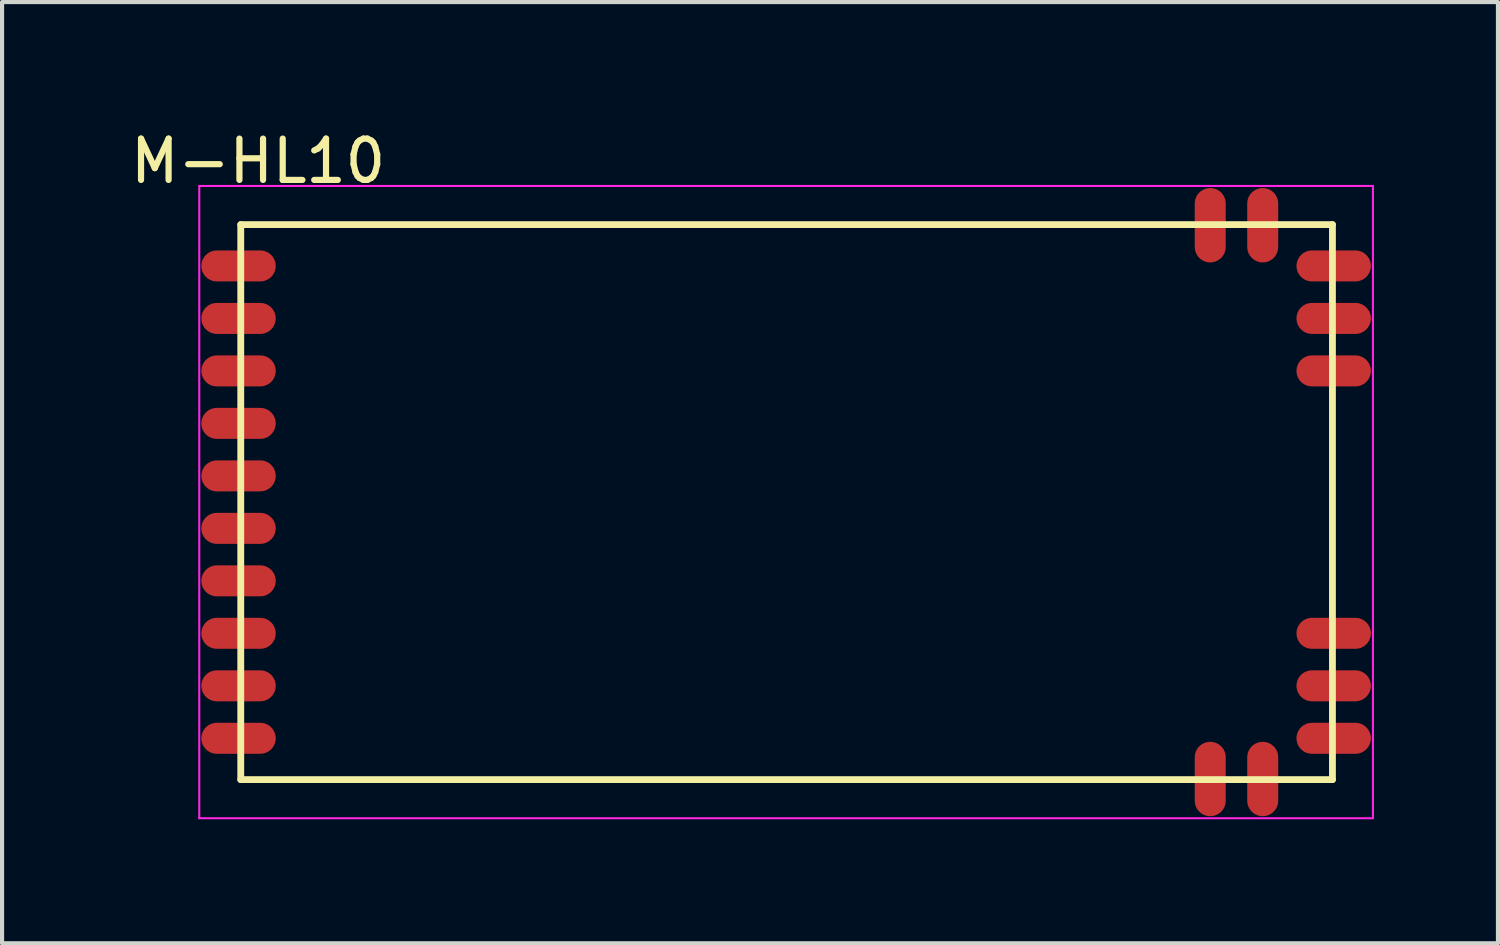
<source format=kicad_pcb>
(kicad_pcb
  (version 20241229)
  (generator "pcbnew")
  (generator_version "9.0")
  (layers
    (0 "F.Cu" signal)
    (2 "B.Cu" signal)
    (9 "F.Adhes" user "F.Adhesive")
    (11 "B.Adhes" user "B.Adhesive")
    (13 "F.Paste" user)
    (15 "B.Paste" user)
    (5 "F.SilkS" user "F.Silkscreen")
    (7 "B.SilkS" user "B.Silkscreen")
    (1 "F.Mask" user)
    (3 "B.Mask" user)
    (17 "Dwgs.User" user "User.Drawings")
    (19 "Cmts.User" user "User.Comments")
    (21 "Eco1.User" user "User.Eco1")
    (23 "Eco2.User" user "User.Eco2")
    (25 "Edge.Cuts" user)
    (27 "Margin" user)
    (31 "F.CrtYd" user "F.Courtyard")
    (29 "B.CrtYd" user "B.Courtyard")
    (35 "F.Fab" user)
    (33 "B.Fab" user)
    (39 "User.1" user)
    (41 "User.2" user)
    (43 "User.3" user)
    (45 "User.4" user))
  (footprint "M-HL10"
    (layer "F.Cu")
    (at 2.722 3.385)
    (property "Reference" "M-HL10" (at 0.474 -2.536 0) (layer "F.SilkS") (effects (font (size 1 1) (thickness 0.15))))
    (attr through_hole)
    (fp_line (start 0.054 -1) (end 26.47 -1) (stroke (width 0.165) (type solid)) (layer "F.SilkS"))
    (fp_line (start 0.054 12.43) (end 0.054 -1) (stroke (width 0.165) (type solid)) (layer "F.SilkS"))
    (fp_line (start 0.054 12.43) (end 26.47 12.43) (stroke (width 0.165) (type solid)) (layer "F.SilkS"))
    (fp_line (start 26.47 12.43) (end 26.47 -1) (stroke (width 0.165) (type solid)) (layer "F.SilkS"))
    (fp_line (start -0.95 -1.935) (end 27.45 -1.935) (stroke (width 0.05) (type solid)) (layer "F.CrtYd"))
    (fp_line (start -0.95 13.365) (end -0.95 -1.935) (stroke (width 0.05) (type solid)) (layer "F.CrtYd"))
    (fp_line (start 27.45 -1.935) (end 27.45 13.365) (stroke (width 0.05) (type solid)) (layer "F.CrtYd"))
    (fp_line (start 27.45 13.365) (end -0.95 13.365) (stroke (width 0.05) (type solid)) (layer "F.CrtYd"))
    (pad "1" smd oval (at 0 0 180) (size 1.8 0.75) (layers "F.Cu" "F.Mask" "F.Paste"))
    (pad "2" smd oval (at 0 1.27 180) (size 1.8 0.75) (layers "F.Cu" "F.Mask" "F.Paste"))
    (pad "3" smd oval (at 0 2.54 180) (size 1.8 0.75) (layers "F.Cu" "F.Mask" "F.Paste"))
    (pad "4" smd oval (at 0 3.81 180) (size 1.8 0.75) (layers "F.Cu" "F.Mask" "F.Paste"))
    (pad "5" smd oval (at 0 5.08 180) (size 1.8 0.75) (layers "F.Cu" "F.Mask" "F.Paste"))
    (pad "6" smd oval (at 0 6.35 180) (size 1.8 0.75) (layers "F.Cu" "F.Mask" "F.Paste"))
    (pad "7" smd oval (at 0 7.62 180) (size 1.8 0.75) (layers "F.Cu" "F.Mask" "F.Paste"))
    (pad "8" smd oval (at 0 8.89 180) (size 1.8 0.75) (layers "F.Cu" "F.Mask" "F.Paste"))
    (pad "9" smd oval (at 0 10.16 180) (size 1.8 0.75) (layers "F.Cu" "F.Mask" "F.Paste"))
    (pad "10" smd oval (at 0 11.43 180) (size 1.8 0.75) (layers "F.Cu" "F.Mask" "F.Paste"))
    (pad "11" smd oval (at 23.513 12.415 270) (size 1.8 0.75) (layers "F.Cu" "F.Mask" "F.Paste"))
    (pad "12" smd oval (at 24.783 12.415 270) (size 1.8 0.75) (layers "F.Cu" "F.Mask" "F.Paste"))
    (pad "13" smd oval (at 26.5 11.43 180) (size 1.8 0.75) (layers "F.Cu" "F.Mask" "F.Paste"))
    (pad "14" smd oval (at 26.5 10.16 180) (size 1.8 0.75) (layers "F.Cu" "F.Mask" "F.Paste"))
    (pad "15" smd oval (at 26.5 8.89 180) (size 1.8 0.75) (layers "F.Cu" "F.Mask" "F.Paste"))
    (pad "16" smd oval (at 26.5 2.54 180) (size 1.8 0.75) (layers "F.Cu" "F.Mask" "F.Paste"))
    (pad "17" smd oval (at 26.5 1.27 180) (size 1.8 0.75) (layers "F.Cu" "F.Mask" "F.Paste"))
    (pad "18" smd oval (at 26.5 0 180) (size 1.8 0.75) (layers "F.Cu" "F.Mask" "F.Paste"))
    (pad "19" smd oval (at 24.783 -0.985 270) (size 1.8 0.75) (layers "F.Cu" "F.Mask" "F.Paste"))
    (pad "20" smd oval (at 23.513 -0.985 270) (size 1.8 0.75) (layers "F.Cu" "F.Mask" "F.Paste")))
  (gr_rect
    (start -3 -3)
    (end 33.197 19.775)
    (stroke (width 0.1) (type default))
    (fill no)
    (layer "Edge.Cuts")))
</source>
